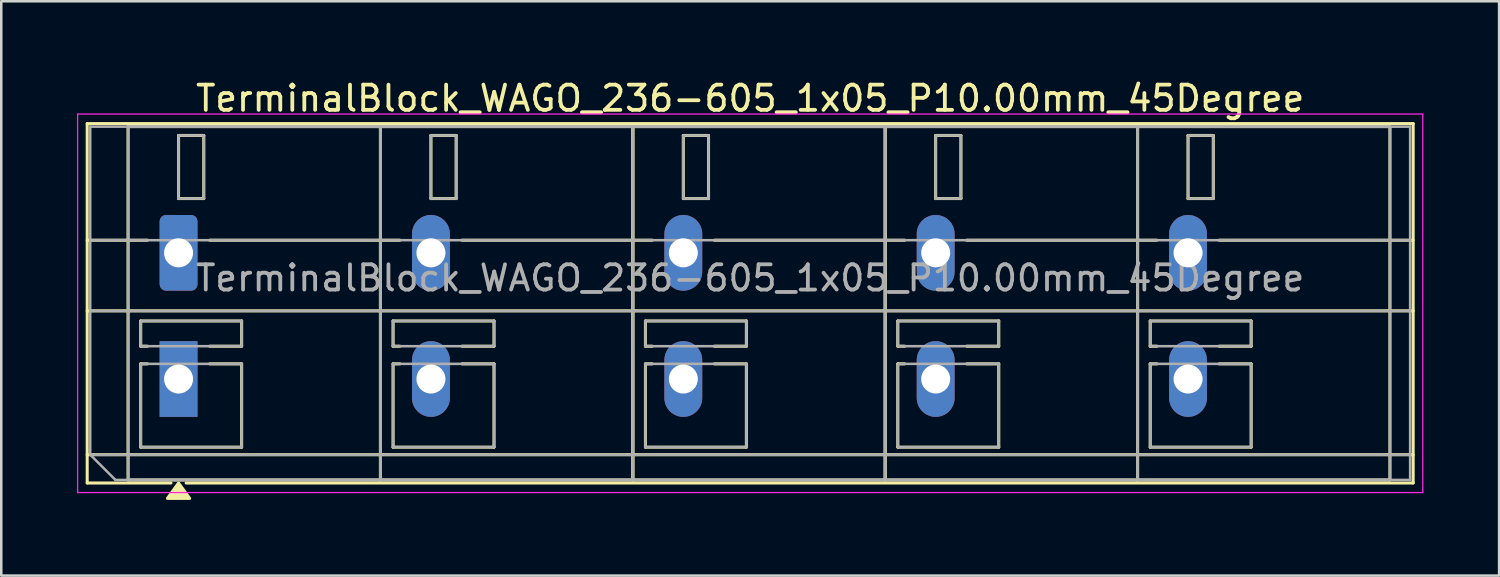
<source format=kicad_pcb>
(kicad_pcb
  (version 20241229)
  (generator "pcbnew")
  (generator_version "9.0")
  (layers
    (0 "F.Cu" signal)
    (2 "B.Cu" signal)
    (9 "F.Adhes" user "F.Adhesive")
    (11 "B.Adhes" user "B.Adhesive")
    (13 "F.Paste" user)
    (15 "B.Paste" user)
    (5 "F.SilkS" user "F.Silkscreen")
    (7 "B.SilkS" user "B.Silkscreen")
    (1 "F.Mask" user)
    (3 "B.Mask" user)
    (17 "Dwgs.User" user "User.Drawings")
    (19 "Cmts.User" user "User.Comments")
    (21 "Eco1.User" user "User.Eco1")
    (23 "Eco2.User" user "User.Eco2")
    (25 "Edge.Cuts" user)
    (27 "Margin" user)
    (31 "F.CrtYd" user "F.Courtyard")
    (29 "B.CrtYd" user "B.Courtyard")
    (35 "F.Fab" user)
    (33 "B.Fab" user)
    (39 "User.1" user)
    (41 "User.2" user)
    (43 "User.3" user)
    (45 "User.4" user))
  (footprint "TerminalBlock_WAGO_236-605_1x05_P10.00mm_45Degree"
    (layer "F.Cu")
    (at 4.025 6.968)
    (property "Reference" "TerminalBlock_WAGO_236-605_1x05_P10.00mm_45Degree" (at 22.65 -6.12 0) (layer "F.SilkS") (effects (font (size 1 1) (thickness 0.15))))
    (attr through_hole)
    (fp_line (start -3.62 -5.12) (end -3.62 9.12) (stroke (width 0.12) (type solid)) (layer "F.SilkS"))
    (fp_line (start -3.62 -5.12) (end 48.92 -5.12) (stroke (width 0.12) (type solid)) (layer "F.SilkS"))
    (fp_line (start -3.62 -0.5) (end -1.23 -0.5) (stroke (width 0.12) (type solid)) (layer "F.SilkS"))
    (fp_line (start -3.62 2.3) (end 48.92 2.3) (stroke (width 0.12) (type solid)) (layer "F.SilkS"))
    (fp_line (start -3.62 8) (end 48.92 8) (stroke (width 0.12) (type solid)) (layer "F.SilkS"))
    (fp_line (start -3.62 9.12) (end -0.3 9.12) (stroke (width 0.12) (type solid)) (layer "F.SilkS"))
    (fp_line (start -2 -5) (end -2 9) (stroke (width 0.12) (type solid)) (layer "F.SilkS"))
    (fp_line (start -2 -5) (end 8 -5) (stroke (width 0.12) (type solid)) (layer "F.SilkS"))
    (fp_line (start -2 9) (end 8 9) (stroke (width 0.12) (type solid)) (layer "F.SilkS"))
    (fp_line (start -1.5 2.7) (end -1.5 3.7) (stroke (width 0.12) (type solid)) (layer "F.SilkS"))
    (fp_line (start -1.5 2.7) (end 2.5 2.7) (stroke (width 0.12) (type solid)) (layer "F.SilkS"))
    (fp_line (start -1.5 3.7) (end -1.23 3.7) (stroke (width 0.12) (type solid)) (layer "F.SilkS"))
    (fp_line (start -1.5 4.4) (end -1.5 7.7) (stroke (width 0.12) (type solid)) (layer "F.SilkS"))
    (fp_line (start -1.5 4.4) (end -1.23 4.4) (stroke (width 0.12) (type solid)) (layer "F.SilkS"))
    (fp_line (start -1.5 7.7) (end 2.5 7.7) (stroke (width 0.12) (type solid)) (layer "F.SilkS"))
    (fp_line (start 0 -4.65) (end 0 -2.15) (stroke (width 0.12) (type solid)) (layer "F.SilkS"))
    (fp_line (start 0 -4.65) (end 1 -4.65) (stroke (width 0.12) (type solid)) (layer "F.SilkS"))
    (fp_line (start 0 -2.15) (end 1 -2.15) (stroke (width 0.12) (type solid)) (layer "F.SilkS"))
    (fp_line (start 0.3 9.12) (end 48.92 9.12) (stroke (width 0.12) (type solid)) (layer "F.SilkS"))
    (fp_line (start 1 -4.65) (end 1 -2.15) (stroke (width 0.12) (type solid)) (layer "F.SilkS"))
    (fp_line (start 1.23 -0.5) (end 8.77 -0.5) (stroke (width 0.12) (type solid)) (layer "F.SilkS"))
    (fp_line (start 1.23 3.7) (end 2.5 3.7) (stroke (width 0.12) (type solid)) (layer "F.SilkS"))
    (fp_line (start 1.23 4.4) (end 2.5 4.4) (stroke (width 0.12) (type solid)) (layer "F.SilkS"))
    (fp_line (start 2.5 2.7) (end 2.5 3.7) (stroke (width 0.12) (type solid)) (layer "F.SilkS"))
    (fp_line (start 2.5 4.4) (end 2.5 7.7) (stroke (width 0.12) (type solid)) (layer "F.SilkS"))
    (fp_line (start 8 -5) (end 8 9) (stroke (width 0.12) (type solid)) (layer "F.SilkS"))
    (fp_line (start 8 -5) (end 8 9) (stroke (width 0.12) (type solid)) (layer "F.SilkS"))
    (fp_line (start 8 -5) (end 18 -5) (stroke (width 0.12) (type solid)) (layer "F.SilkS"))
    (fp_line (start 8 9) (end 18 9) (stroke (width 0.12) (type solid)) (layer "F.SilkS"))
    (fp_line (start 8.5 2.7) (end 8.5 3.7) (stroke (width 0.12) (type solid)) (layer "F.SilkS"))
    (fp_line (start 8.5 2.7) (end 12.5 2.7) (stroke (width 0.12) (type solid)) (layer "F.SilkS"))
    (fp_line (start 8.5 3.7) (end 8.77 3.7) (stroke (width 0.12) (type solid)) (layer "F.SilkS"))
    (fp_line (start 8.5 4.4) (end 8.5 7.7) (stroke (width 0.12) (type solid)) (layer "F.SilkS"))
    (fp_line (start 8.5 4.4) (end 8.77 4.4) (stroke (width 0.12) (type solid)) (layer "F.SilkS"))
    (fp_line (start 8.5 7.7) (end 12.5 7.7) (stroke (width 0.12) (type solid)) (layer "F.SilkS"))
    (fp_line (start 10 -4.65) (end 10 -2.15) (stroke (width 0.12) (type solid)) (layer "F.SilkS"))
    (fp_line (start 10 -4.65) (end 11 -4.65) (stroke (width 0.12) (type solid)) (layer "F.SilkS"))
    (fp_line (start 10 -2.15) (end 11 -2.15) (stroke (width 0.12) (type solid)) (layer "F.SilkS"))
    (fp_line (start 11 -4.65) (end 11 -2.15) (stroke (width 0.12) (type solid)) (layer "F.SilkS"))
    (fp_line (start 11.23 -0.5) (end 18.77 -0.5) (stroke (width 0.12) (type solid)) (layer "F.SilkS"))
    (fp_line (start 11.23 3.7) (end 12.5 3.7) (stroke (width 0.12) (type solid)) (layer "F.SilkS"))
    (fp_line (start 11.23 4.4) (end 12.5 4.4) (stroke (width 0.12) (type solid)) (layer "F.SilkS"))
    (fp_line (start 12.5 2.7) (end 12.5 3.7) (stroke (width 0.12) (type solid)) (layer "F.SilkS"))
    (fp_line (start 12.5 4.4) (end 12.5 7.7) (stroke (width 0.12) (type solid)) (layer "F.SilkS"))
    (fp_line (start 18 -5) (end 18 9) (stroke (width 0.12) (type solid)) (layer "F.SilkS"))
    (fp_line (start 18 -5) (end 18 9) (stroke (width 0.12) (type solid)) (layer "F.SilkS"))
    (fp_line (start 18 -5) (end 28 -5) (stroke (width 0.12) (type solid)) (layer "F.SilkS"))
    (fp_line (start 18 9) (end 28 9) (stroke (width 0.12) (type solid)) (layer "F.SilkS"))
    (fp_line (start 18.5 2.7) (end 18.5 3.7) (stroke (width 0.12) (type solid)) (layer "F.SilkS"))
    (fp_line (start 18.5 2.7) (end 22.5 2.7) (stroke (width 0.12) (type solid)) (layer "F.SilkS"))
    (fp_line (start 18.5 3.7) (end 18.77 3.7) (stroke (width 0.12) (type solid)) (layer "F.SilkS"))
    (fp_line (start 18.5 4.4) (end 18.5 7.7) (stroke (width 0.12) (type solid)) (layer "F.SilkS"))
    (fp_line (start 18.5 4.4) (end 18.77 4.4) (stroke (width 0.12) (type solid)) (layer "F.SilkS"))
    (fp_line (start 18.5 7.7) (end 22.5 7.7) (stroke (width 0.12) (type solid)) (layer "F.SilkS"))
    (fp_line (start 20 -4.65) (end 20 -2.15) (stroke (width 0.12) (type solid)) (layer "F.SilkS"))
    (fp_line (start 20 -4.65) (end 21 -4.65) (stroke (width 0.12) (type solid)) (layer "F.SilkS"))
    (fp_line (start 20 -2.15) (end 21 -2.15) (stroke (width 0.12) (type solid)) (layer "F.SilkS"))
    (fp_line (start 21 -4.65) (end 21 -2.15) (stroke (width 0.12) (type solid)) (layer "F.SilkS"))
    (fp_line (start 21.23 -0.5) (end 28.77 -0.5) (stroke (width 0.12) (type solid)) (layer "F.SilkS"))
    (fp_line (start 21.23 3.7) (end 22.5 3.7) (stroke (width 0.12) (type solid)) (layer "F.SilkS"))
    (fp_line (start 21.23 4.4) (end 22.5 4.4) (stroke (width 0.12) (type solid)) (layer "F.SilkS"))
    (fp_line (start 22.5 2.7) (end 22.5 3.7) (stroke (width 0.12) (type solid)) (layer "F.SilkS"))
    (fp_line (start 22.5 4.4) (end 22.5 7.7) (stroke (width 0.12) (type solid)) (layer "F.SilkS"))
    (fp_line (start 28 -5) (end 28 9) (stroke (width 0.12) (type solid)) (layer "F.SilkS"))
    (fp_line (start 28 -5) (end 28 9) (stroke (width 0.12) (type solid)) (layer "F.SilkS"))
    (fp_line (start 28 -5) (end 38 -5) (stroke (width 0.12) (type solid)) (layer "F.SilkS"))
    (fp_line (start 28 9) (end 38 9) (stroke (width 0.12) (type solid)) (layer "F.SilkS"))
    (fp_line (start 28.5 2.7) (end 28.5 3.7) (stroke (width 0.12) (type solid)) (layer "F.SilkS"))
    (fp_line (start 28.5 2.7) (end 32.5 2.7) (stroke (width 0.12) (type solid)) (layer "F.SilkS"))
    (fp_line (start 28.5 3.7) (end 28.77 3.7) (stroke (width 0.12) (type solid)) (layer "F.SilkS"))
    (fp_line (start 28.5 4.4) (end 28.5 7.7) (stroke (width 0.12) (type solid)) (layer "F.SilkS"))
    (fp_line (start 28.5 4.4) (end 28.77 4.4) (stroke (width 0.12) (type solid)) (layer "F.SilkS"))
    (fp_line (start 28.5 7.7) (end 32.5 7.7) (stroke (width 0.12) (type solid)) (layer "F.SilkS"))
    (fp_line (start 30 -4.65) (end 30 -2.15) (stroke (width 0.12) (type solid)) (layer "F.SilkS"))
    (fp_line (start 30 -4.65) (end 31 -4.65) (stroke (width 0.12) (type solid)) (layer "F.SilkS"))
    (fp_line (start 30 -2.15) (end 31 -2.15) (stroke (width 0.12) (type solid)) (layer "F.SilkS"))
    (fp_line (start 31 -4.65) (end 31 -2.15) (stroke (width 0.12) (type solid)) (layer "F.SilkS"))
    (fp_line (start 31.23 -0.5) (end 38.77 -0.5) (stroke (width 0.12) (type solid)) (layer "F.SilkS"))
    (fp_line (start 31.23 3.7) (end 32.5 3.7) (stroke (width 0.12) (type solid)) (layer "F.SilkS"))
    (fp_line (start 31.23 4.4) (end 32.5 4.4) (stroke (width 0.12) (type solid)) (layer "F.SilkS"))
    (fp_line (start 32.5 2.7) (end 32.5 3.7) (stroke (width 0.12) (type solid)) (layer "F.SilkS"))
    (fp_line (start 32.5 4.4) (end 32.5 7.7) (stroke (width 0.12) (type solid)) (layer "F.SilkS"))
    (fp_line (start 38 -5) (end 38 9) (stroke (width 0.12) (type solid)) (layer "F.SilkS"))
    (fp_line (start 38 -5) (end 38 9) (stroke (width 0.12) (type solid)) (layer "F.SilkS"))
    (fp_line (start 38 -5) (end 48 -5) (stroke (width 0.12) (type solid)) (layer "F.SilkS"))
    (fp_line (start 38 9) (end 48 9) (stroke (width 0.12) (type solid)) (layer "F.SilkS"))
    (fp_line (start 38.5 2.7) (end 38.5 3.7) (stroke (width 0.12) (type solid)) (layer "F.SilkS"))
    (fp_line (start 38.5 2.7) (end 42.5 2.7) (stroke (width 0.12) (type solid)) (layer "F.SilkS"))
    (fp_line (start 38.5 3.7) (end 38.77 3.7) (stroke (width 0.12) (type solid)) (layer "F.SilkS"))
    (fp_line (start 38.5 4.4) (end 38.5 7.7) (stroke (width 0.12) (type solid)) (layer "F.SilkS"))
    (fp_line (start 38.5 4.4) (end 38.77 4.4) (stroke (width 0.12) (type solid)) (layer "F.SilkS"))
    (fp_line (start 38.5 7.7) (end 42.5 7.7) (stroke (width 0.12) (type solid)) (layer "F.SilkS"))
    (fp_line (start 40 -4.65) (end 40 -2.15) (stroke (width 0.12) (type solid)) (layer "F.SilkS"))
    (fp_line (start 40 -4.65) (end 41 -4.65) (stroke (width 0.12) (type solid)) (layer "F.SilkS"))
    (fp_line (start 40 -2.15) (end 41 -2.15) (stroke (width 0.12) (type solid)) (layer "F.SilkS"))
    (fp_line (start 41 -4.65) (end 41 -2.15) (stroke (width 0.12) (type solid)) (layer "F.SilkS"))
    (fp_line (start 41.23 -0.5) (end 48.92 -0.5) (stroke (width 0.12) (type solid)) (layer "F.SilkS"))
    (fp_line (start 41.23 3.7) (end 42.5 3.7) (stroke (width 0.12) (type solid)) (layer "F.SilkS"))
    (fp_line (start 41.23 4.4) (end 42.5 4.4) (stroke (width 0.12) (type solid)) (layer "F.SilkS"))
    (fp_line (start 42.5 2.7) (end 42.5 3.7) (stroke (width 0.12) (type solid)) (layer "F.SilkS"))
    (fp_line (start 42.5 4.4) (end 42.5 7.7) (stroke (width 0.12) (type solid)) (layer "F.SilkS"))
    (fp_line (start 48 -5) (end 48 9) (stroke (width 0.12) (type solid)) (layer "F.SilkS"))
    (fp_line (start 48.92 -5.12) (end 48.92 9.12) (stroke (width 0.12) (type solid)) (layer "F.SilkS"))
    (fp_poly (pts (xy 0 9.12) (xy 0.44 9.73) (xy -0.44 9.73)) (stroke (width 0.12) (type solid)) (fill yes) (layer "F.SilkS"))
    (fp_line (start -4 -5.5) (end -4 9.5) (stroke (width 0.05) (type solid)) (layer "F.CrtYd"))
    (fp_line (start -4 9.5) (end 49.3 9.5) (stroke (width 0.05) (type solid)) (layer "F.CrtYd"))
    (fp_line (start 49.3 -5.5) (end -4 -5.5) (stroke (width 0.05) (type solid)) (layer "F.CrtYd"))
    (fp_line (start 49.3 9.5) (end 49.3 -5.5) (stroke (width 0.05) (type solid)) (layer "F.CrtYd"))
    (fp_line (start -3.5 -5) (end 48.8 -5) (stroke (width 0.1) (type solid)) (layer "F.Fab"))
    (fp_line (start -3.5 -0.5) (end 48.8 -0.5) (stroke (width 0.1) (type solid)) (layer "F.Fab"))
    (fp_line (start -3.5 2.3) (end 48.8 2.3) (stroke (width 0.1) (type solid)) (layer "F.Fab"))
    (fp_line (start -3.5 8) (end -3.5 -5) (stroke (width 0.1) (type solid)) (layer "F.Fab"))
    (fp_line (start -3.5 8) (end 48.8 8) (stroke (width 0.1) (type solid)) (layer "F.Fab"))
    (fp_line (start -2.5 9) (end -3.5 8) (stroke (width 0.1) (type solid)) (layer "F.Fab"))
    (fp_line (start -2 -5) (end -2 9) (stroke (width 0.1) (type solid)) (layer "F.Fab"))
    (fp_line (start -2 9) (end 8 9) (stroke (width 0.1) (type solid)) (layer "F.Fab"))
    (fp_line (start -1.5 2.7) (end -1.5 3.7) (stroke (width 0.1) (type solid)) (layer "F.Fab"))
    (fp_line (start -1.5 3.7) (end 2.5 3.7) (stroke (width 0.1) (type solid)) (layer "F.Fab"))
    (fp_line (start -1.5 4.4) (end -1.5 7.7) (stroke (width 0.1) (type solid)) (layer "F.Fab"))
    (fp_line (start -1.5 7.7) (end 2.5 7.7) (stroke (width 0.1) (type solid)) (layer "F.Fab"))
    (fp_line (start 0 -4.65) (end 0 -2.15) (stroke (width 0.1) (type solid)) (layer "F.Fab"))
    (fp_line (start 0 -2.15) (end 1 -2.15) (stroke (width 0.1) (type solid)) (layer "F.Fab"))
    (fp_line (start 1 -4.65) (end 0 -4.65) (stroke (width 0.1) (type solid)) (layer "F.Fab"))
    (fp_line (start 1 -2.15) (end 1 -4.65) (stroke (width 0.1) (type solid)) (layer "F.Fab"))
    (fp_line (start 2.5 2.7) (end -1.5 2.7) (stroke (width 0.1) (type solid)) (layer "F.Fab"))
    (fp_line (start 2.5 3.7) (end 2.5 2.7) (stroke (width 0.1) (type solid)) (layer "F.Fab"))
    (fp_line (start 2.5 4.4) (end -1.5 4.4) (stroke (width 0.1) (type solid)) (layer "F.Fab"))
    (fp_line (start 2.5 7.7) (end 2.5 4.4) (stroke (width 0.1) (type solid)) (layer "F.Fab"))
    (fp_line (start 8 -5) (end -2 -5) (stroke (width 0.1) (type solid)) (layer "F.Fab"))
    (fp_line (start 8 -5) (end 8 9) (stroke (width 0.1) (type solid)) (layer "F.Fab"))
    (fp_line (start 8 9) (end 8 -5) (stroke (width 0.1) (type solid)) (layer "F.Fab"))
    (fp_line (start 8 9) (end 18 9) (stroke (width 0.1) (type solid)) (layer "F.Fab"))
    (fp_line (start 8.5 2.7) (end 8.5 3.7) (stroke (width 0.1) (type solid)) (layer "F.Fab"))
    (fp_line (start 8.5 3.7) (end 12.5 3.7) (stroke (width 0.1) (type solid)) (layer "F.Fab"))
    (fp_line (start 8.5 4.4) (end 8.5 7.7) (stroke (width 0.1) (type solid)) (layer "F.Fab"))
    (fp_line (start 8.5 7.7) (end 12.5 7.7) (stroke (width 0.1) (type solid)) (layer "F.Fab"))
    (fp_line (start 10 -4.65) (end 10 -2.15) (stroke (width 0.1) (type solid)) (layer "F.Fab"))
    (fp_line (start 10 -2.15) (end 11 -2.15) (stroke (width 0.1) (type solid)) (layer "F.Fab"))
    (fp_line (start 11 -4.65) (end 10 -4.65) (stroke (width 0.1) (type solid)) (layer "F.Fab"))
    (fp_line (start 11 -2.15) (end 11 -4.65) (stroke (width 0.1) (type solid)) (layer "F.Fab"))
    (fp_line (start 12.5 2.7) (end 8.5 2.7) (stroke (width 0.1) (type solid)) (layer "F.Fab"))
    (fp_line (start 12.5 3.7) (end 12.5 2.7) (stroke (width 0.1) (type solid)) (layer "F.Fab"))
    (fp_line (start 12.5 4.4) (end 8.5 4.4) (stroke (width 0.1) (type solid)) (layer "F.Fab"))
    (fp_line (start 12.5 7.7) (end 12.5 4.4) (stroke (width 0.1) (type solid)) (layer "F.Fab"))
    (fp_line (start 18 -5) (end 8 -5) (stroke (width 0.1) (type solid)) (layer "F.Fab"))
    (fp_line (start 18 -5) (end 18 9) (stroke (width 0.1) (type solid)) (layer "F.Fab"))
    (fp_line (start 18 9) (end 18 -5) (stroke (width 0.1) (type solid)) (layer "F.Fab"))
    (fp_line (start 18 9) (end 28 9) (stroke (width 0.1) (type solid)) (layer "F.Fab"))
    (fp_line (start 18.5 2.7) (end 18.5 3.7) (stroke (width 0.1) (type solid)) (layer "F.Fab"))
    (fp_line (start 18.5 3.7) (end 22.5 3.7) (stroke (width 0.1) (type solid)) (layer "F.Fab"))
    (fp_line (start 18.5 4.4) (end 18.5 7.7) (stroke (width 0.1) (type solid)) (layer "F.Fab"))
    (fp_line (start 18.5 7.7) (end 22.5 7.7) (stroke (width 0.1) (type solid)) (layer "F.Fab"))
    (fp_line (start 20 -4.65) (end 20 -2.15) (stroke (width 0.1) (type solid)) (layer "F.Fab"))
    (fp_line (start 20 -2.15) (end 21 -2.15) (stroke (width 0.1) (type solid)) (layer "F.Fab"))
    (fp_line (start 21 -4.65) (end 20 -4.65) (stroke (width 0.1) (type solid)) (layer "F.Fab"))
    (fp_line (start 21 -2.15) (end 21 -4.65) (stroke (width 0.1) (type solid)) (layer "F.Fab"))
    (fp_line (start 22.5 2.7) (end 18.5 2.7) (stroke (width 0.1) (type solid)) (layer "F.Fab"))
    (fp_line (start 22.5 3.7) (end 22.5 2.7) (stroke (width 0.1) (type solid)) (layer "F.Fab"))
    (fp_line (start 22.5 4.4) (end 18.5 4.4) (stroke (width 0.1) (type solid)) (layer "F.Fab"))
    (fp_line (start 22.5 7.7) (end 22.5 4.4) (stroke (width 0.1) (type solid)) (layer "F.Fab"))
    (fp_line (start 28 -5) (end 18 -5) (stroke (width 0.1) (type solid)) (layer "F.Fab"))
    (fp_line (start 28 -5) (end 28 9) (stroke (width 0.1) (type solid)) (layer "F.Fab"))
    (fp_line (start 28 9) (end 28 -5) (stroke (width 0.1) (type solid)) (layer "F.Fab"))
    (fp_line (start 28 9) (end 38 9) (stroke (width 0.1) (type solid)) (layer "F.Fab"))
    (fp_line (start 28.5 2.7) (end 28.5 3.7) (stroke (width 0.1) (type solid)) (layer "F.Fab"))
    (fp_line (start 28.5 3.7) (end 32.5 3.7) (stroke (width 0.1) (type solid)) (layer "F.Fab"))
    (fp_line (start 28.5 4.4) (end 28.5 7.7) (stroke (width 0.1) (type solid)) (layer "F.Fab"))
    (fp_line (start 28.5 7.7) (end 32.5 7.7) (stroke (width 0.1) (type solid)) (layer "F.Fab"))
    (fp_line (start 30 -4.65) (end 30 -2.15) (stroke (width 0.1) (type solid)) (layer "F.Fab"))
    (fp_line (start 30 -2.15) (end 31 -2.15) (stroke (width 0.1) (type solid)) (layer "F.Fab"))
    (fp_line (start 31 -4.65) (end 30 -4.65) (stroke (width 0.1) (type solid)) (layer "F.Fab"))
    (fp_line (start 31 -2.15) (end 31 -4.65) (stroke (width 0.1) (type solid)) (layer "F.Fab"))
    (fp_line (start 32.5 2.7) (end 28.5 2.7) (stroke (width 0.1) (type solid)) (layer "F.Fab"))
    (fp_line (start 32.5 3.7) (end 32.5 2.7) (stroke (width 0.1) (type solid)) (layer "F.Fab"))
    (fp_line (start 32.5 4.4) (end 28.5 4.4) (stroke (width 0.1) (type solid)) (layer "F.Fab"))
    (fp_line (start 32.5 7.7) (end 32.5 4.4) (stroke (width 0.1) (type solid)) (layer "F.Fab"))
    (fp_line (start 38 -5) (end 28 -5) (stroke (width 0.1) (type solid)) (layer "F.Fab"))
    (fp_line (start 38 -5) (end 38 9) (stroke (width 0.1) (type solid)) (layer "F.Fab"))
    (fp_line (start 38 9) (end 38 -5) (stroke (width 0.1) (type solid)) (layer "F.Fab"))
    (fp_line (start 38 9) (end 48 9) (stroke (width 0.1) (type solid)) (layer "F.Fab"))
    (fp_line (start 38.5 2.7) (end 38.5 3.7) (stroke (width 0.1) (type solid)) (layer "F.Fab"))
    (fp_line (start 38.5 3.7) (end 42.5 3.7) (stroke (width 0.1) (type solid)) (layer "F.Fab"))
    (fp_line (start 38.5 4.4) (end 38.5 7.7) (stroke (width 0.1) (type solid)) (layer "F.Fab"))
    (fp_line (start 38.5 7.7) (end 42.5 7.7) (stroke (width 0.1) (type solid)) (layer "F.Fab"))
    (fp_line (start 40 -4.65) (end 40 -2.15) (stroke (width 0.1) (type solid)) (layer "F.Fab"))
    (fp_line (start 40 -2.15) (end 41 -2.15) (stroke (width 0.1) (type solid)) (layer "F.Fab"))
    (fp_line (start 41 -4.65) (end 40 -4.65) (stroke (width 0.1) (type solid)) (layer "F.Fab"))
    (fp_line (start 41 -2.15) (end 41 -4.65) (stroke (width 0.1) (type solid)) (layer "F.Fab"))
    (fp_line (start 42.5 2.7) (end 38.5 2.7) (stroke (width 0.1) (type solid)) (layer "F.Fab"))
    (fp_line (start 42.5 3.7) (end 42.5 2.7) (stroke (width 0.1) (type solid)) (layer "F.Fab"))
    (fp_line (start 42.5 4.4) (end 38.5 4.4) (stroke (width 0.1) (type solid)) (layer "F.Fab"))
    (fp_line (start 42.5 7.7) (end 42.5 4.4) (stroke (width 0.1) (type solid)) (layer "F.Fab"))
    (fp_line (start 48 -5) (end 38 -5) (stroke (width 0.1) (type solid)) (layer "F.Fab"))
    (fp_line (start 48 9) (end 48 -5) (stroke (width 0.1) (type solid)) (layer "F.Fab"))
    (fp_line (start 48.8 -5) (end 48.8 9) (stroke (width 0.1) (type solid)) (layer "F.Fab"))
    (fp_line (start 48.8 9) (end -2.5 9) (stroke (width 0.1) (type solid)) (layer "F.Fab"))
    (fp_text user "${REFERENCE}" (at 22.65 1 0) (layer "F.Fab") (effects (font (size 1 1) (thickness 0.15))))
    (pad "1" thru_hole roundrect (at 0 0) (size 1.5 3) (drill 1.15) (layers "*.Cu" "*.Mask") (roundrect_rratio 0.167))
    (pad "1" thru_hole rect (at 0 5) (size 1.5 3) (drill 1.15) (layers "*.Cu" "*.Mask"))
    (pad "2" thru_hole oval (at 10 0) (size 1.5 3) (drill 1.15) (layers "*.Cu" "*.Mask"))
    (pad "2" thru_hole oval (at 10 5) (size 1.5 3) (drill 1.15) (layers "*.Cu" "*.Mask"))
    (pad "3" thru_hole oval (at 20 0) (size 1.5 3) (drill 1.15) (layers "*.Cu" "*.Mask"))
    (pad "3" thru_hole oval (at 20 5) (size 1.5 3) (drill 1.15) (layers "*.Cu" "*.Mask"))
    (pad "4" thru_hole oval (at 30 0) (size 1.5 3) (drill 1.15) (layers "*.Cu" "*.Mask"))
    (pad "4" thru_hole oval (at 30 5) (size 1.5 3) (drill 1.15) (layers "*.Cu" "*.Mask"))
    (pad "5" thru_hole oval (at 40 0) (size 1.5 3) (drill 1.15) (layers "*.Cu" "*.Mask"))
    (pad "5" thru_hole oval (at 40 5) (size 1.5 3) (drill 1.15) (layers "*.Cu" "*.Mask")))
  (gr_rect
    (start -3 -3)
    (end 56.35 19.758)
    (stroke (width 0.1) (type default))
    (fill no)
    (layer "Edge.Cuts")))
</source>
